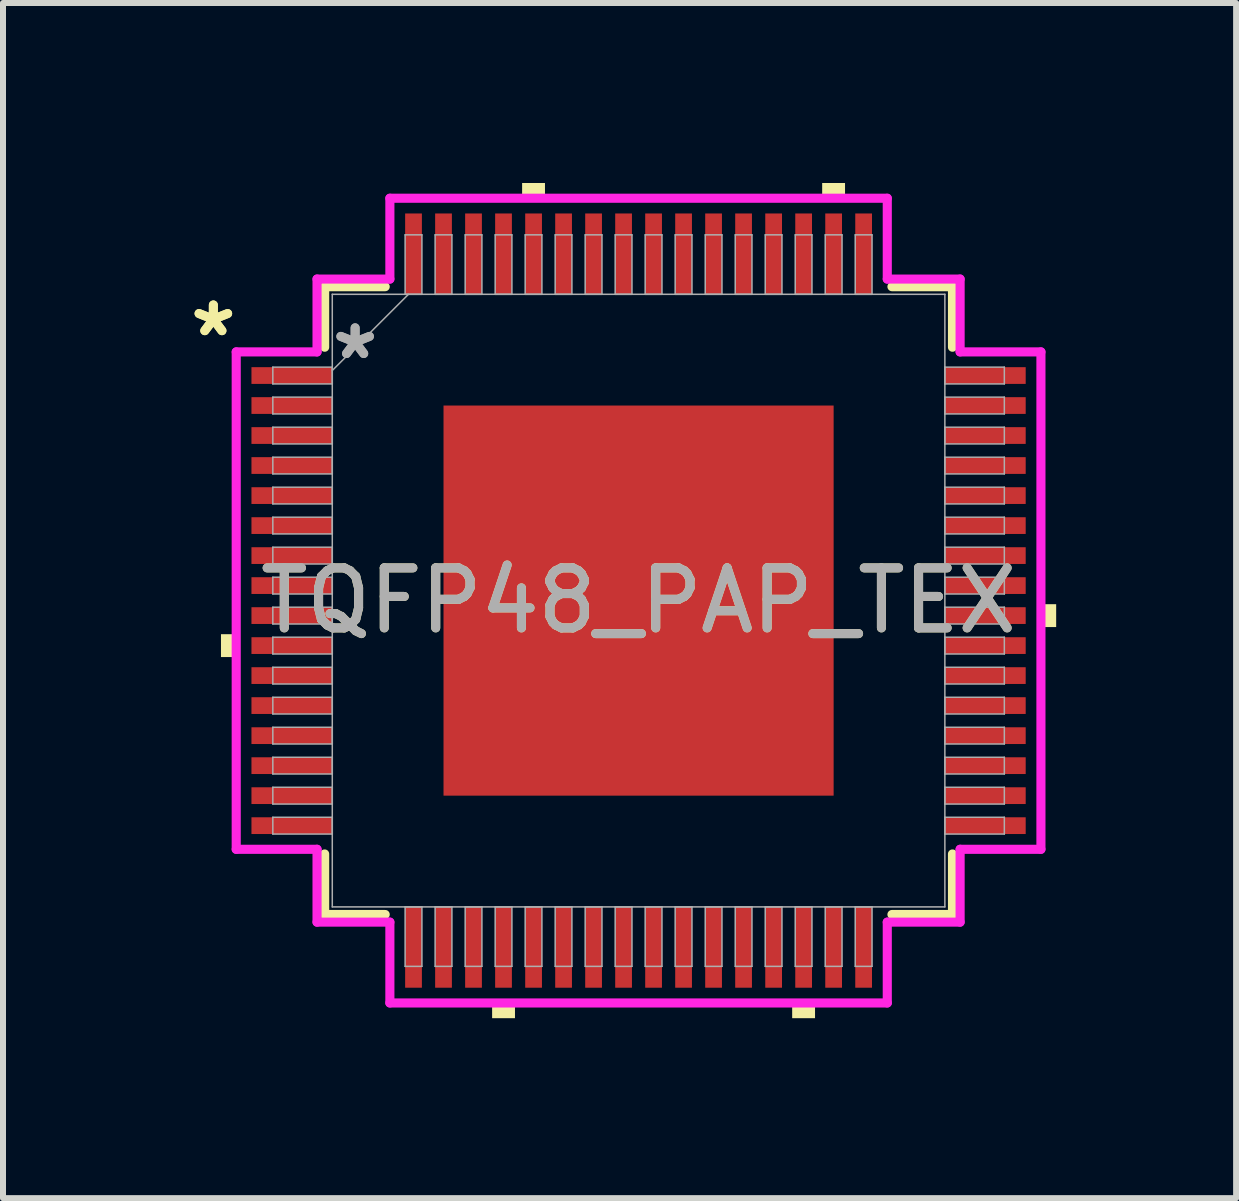
<source format=kicad_pcb>
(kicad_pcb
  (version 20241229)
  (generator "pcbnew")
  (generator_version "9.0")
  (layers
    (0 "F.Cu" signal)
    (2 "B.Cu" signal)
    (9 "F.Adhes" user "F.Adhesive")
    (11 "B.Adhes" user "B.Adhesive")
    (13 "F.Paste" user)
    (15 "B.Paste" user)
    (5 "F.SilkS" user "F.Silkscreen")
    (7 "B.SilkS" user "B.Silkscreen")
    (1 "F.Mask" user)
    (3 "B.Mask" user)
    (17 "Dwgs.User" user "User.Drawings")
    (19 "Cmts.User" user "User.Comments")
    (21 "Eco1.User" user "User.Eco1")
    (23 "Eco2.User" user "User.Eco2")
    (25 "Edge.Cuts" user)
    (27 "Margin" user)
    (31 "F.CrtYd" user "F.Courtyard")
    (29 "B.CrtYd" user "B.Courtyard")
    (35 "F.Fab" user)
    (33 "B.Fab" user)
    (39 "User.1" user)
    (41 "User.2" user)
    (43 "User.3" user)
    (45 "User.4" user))
  (footprint "TQFP48_PAP_TEX"
    (layer "F.Cu")
    (at 7.593 6.96)
    (property "Reference" "TQFP48_PAP_TEX" (at 0 0 0) (unlocked yes) (layer "F.SilkS") (effects (font (size 1 1) (thickness 0.15))))
    (attr smd)
    (fp_line (start -5.232 -5.232) (end -5.232 -4.223) (stroke (width 0.152) (type solid)) (layer "F.SilkS"))
    (fp_line (start -5.232 4.223) (end -5.232 5.232) (stroke (width 0.152) (type solid)) (layer "F.SilkS"))
    (fp_line (start -5.232 5.232) (end -4.223 5.232) (stroke (width 0.152) (type solid)) (layer "F.SilkS"))
    (fp_line (start -4.223 -5.232) (end -5.232 -5.232) (stroke (width 0.152) (type solid)) (layer "F.SilkS"))
    (fp_line (start 4.223 5.232) (end 5.232 5.232) (stroke (width 0.152) (type solid)) (layer "F.SilkS"))
    (fp_line (start 5.232 -5.232) (end 4.223 -5.232) (stroke (width 0.152) (type solid)) (layer "F.SilkS"))
    (fp_line (start 5.232 -4.223) (end 5.232 -5.232) (stroke (width 0.152) (type solid)) (layer "F.SilkS"))
    (fp_line (start 5.232 5.232) (end 5.232 4.223) (stroke (width 0.152) (type solid)) (layer "F.SilkS"))
    (fp_poly (pts (xy -6.96 0.56) (xy -6.96 0.941) (xy -6.706 0.941) (xy -6.706 0.56)) (stroke (width 0) (type solid)) (fill yes) (layer "F.SilkS"))
    (fp_poly (pts (xy -2.441 6.706) (xy -2.441 6.96) (xy -2.06 6.96) (xy -2.06 6.706)) (stroke (width 0) (type solid)) (fill yes) (layer "F.SilkS"))
    (fp_poly (pts (xy -1.941 -6.706) (xy -1.941 -6.96) (xy -1.56 -6.96) (xy -1.56 -6.706)) (stroke (width 0) (type solid)) (fill yes) (layer "F.SilkS"))
    (fp_poly (pts (xy 2.56 6.706) (xy 2.56 6.96) (xy 2.941 6.96) (xy 2.941 6.706)) (stroke (width 0) (type solid)) (fill yes) (layer "F.SilkS"))
    (fp_poly (pts (xy 3.06 -6.706) (xy 3.06 -6.96) (xy 3.441 -6.96) (xy 3.441 -6.706)) (stroke (width 0) (type solid)) (fill yes) (layer "F.SilkS"))
    (fp_poly (pts (xy 6.96 0.06) (xy 6.96 0.441) (xy 6.706 0.441) (xy 6.706 0.06)) (stroke (width 0) (type solid)) (fill yes) (layer "F.SilkS"))
    (fp_poly (pts (xy -3.151 -3.151) (xy -3.151 -2.051) (xy -2.051 -2.051) (xy -2.051 -3.151)) (stroke (width 0) (type solid)) (fill yes) (layer "F.Paste"))
    (fp_poly (pts (xy -3.151 -1.851) (xy -3.151 -0.75) (xy -2.051 -0.75) (xy -2.051 -1.851)) (stroke (width 0) (type solid)) (fill yes) (layer "F.Paste"))
    (fp_poly (pts (xy -3.151 -0.55) (xy -3.151 0.55) (xy -2.051 0.55) (xy -2.051 -0.55)) (stroke (width 0) (type solid)) (fill yes) (layer "F.Paste"))
    (fp_poly (pts (xy -3.151 0.75) (xy -3.151 1.851) (xy -2.051 1.851) (xy -2.051 0.75)) (stroke (width 0) (type solid)) (fill yes) (layer "F.Paste"))
    (fp_poly (pts (xy -3.151 2.051) (xy -3.151 3.151) (xy -2.051 3.151) (xy -2.051 2.051)) (stroke (width 0) (type solid)) (fill yes) (layer "F.Paste"))
    (fp_poly (pts (xy -1.851 -3.151) (xy -1.851 -2.051) (xy -0.75 -2.051) (xy -0.75 -3.151)) (stroke (width 0) (type solid)) (fill yes) (layer "F.Paste"))
    (fp_poly (pts (xy -1.851 -1.851) (xy -1.851 -0.75) (xy -0.75 -0.75) (xy -0.75 -1.851)) (stroke (width 0) (type solid)) (fill yes) (layer "F.Paste"))
    (fp_poly (pts (xy -1.851 -0.55) (xy -1.851 0.55) (xy -0.75 0.55) (xy -0.75 -0.55)) (stroke (width 0) (type solid)) (fill yes) (layer "F.Paste"))
    (fp_poly (pts (xy -1.851 0.75) (xy -1.851 1.851) (xy -0.75 1.851) (xy -0.75 0.75)) (stroke (width 0) (type solid)) (fill yes) (layer "F.Paste"))
    (fp_poly (pts (xy -1.851 2.051) (xy -1.851 3.151) (xy -0.75 3.151) (xy -0.75 2.051)) (stroke (width 0) (type solid)) (fill yes) (layer "F.Paste"))
    (fp_poly (pts (xy -0.55 -3.151) (xy -0.55 -2.051) (xy 0.55 -2.051) (xy 0.55 -3.151)) (stroke (width 0) (type solid)) (fill yes) (layer "F.Paste"))
    (fp_poly (pts (xy -0.55 -1.851) (xy -0.55 -0.75) (xy 0.55 -0.75) (xy 0.55 -1.851)) (stroke (width 0) (type solid)) (fill yes) (layer "F.Paste"))
    (fp_poly (pts (xy -0.55 -0.55) (xy -0.55 0.55) (xy 0.55 0.55) (xy 0.55 -0.55)) (stroke (width 0) (type solid)) (fill yes) (layer "F.Paste"))
    (fp_poly (pts (xy -0.55 0.75) (xy -0.55 1.851) (xy 0.55 1.851) (xy 0.55 0.75)) (stroke (width 0) (type solid)) (fill yes) (layer "F.Paste"))
    (fp_poly (pts (xy -0.55 2.051) (xy -0.55 3.151) (xy 0.55 3.151) (xy 0.55 2.051)) (stroke (width 0) (type solid)) (fill yes) (layer "F.Paste"))
    (fp_poly (pts (xy 0.75 -3.151) (xy 0.75 -2.051) (xy 1.851 -2.051) (xy 1.851 -3.151)) (stroke (width 0) (type solid)) (fill yes) (layer "F.Paste"))
    (fp_poly (pts (xy 0.75 -1.851) (xy 0.75 -0.75) (xy 1.851 -0.75) (xy 1.851 -1.851)) (stroke (width 0) (type solid)) (fill yes) (layer "F.Paste"))
    (fp_poly (pts (xy 0.75 -0.55) (xy 0.75 0.55) (xy 1.851 0.55) (xy 1.851 -0.55)) (stroke (width 0) (type solid)) (fill yes) (layer "F.Paste"))
    (fp_poly (pts (xy 0.75 0.75) (xy 0.75 1.851) (xy 1.851 1.851) (xy 1.851 0.75)) (stroke (width 0) (type solid)) (fill yes) (layer "F.Paste"))
    (fp_poly (pts (xy 0.75 2.051) (xy 0.75 3.151) (xy 1.851 3.151) (xy 1.851 2.051)) (stroke (width 0) (type solid)) (fill yes) (layer "F.Paste"))
    (fp_poly (pts (xy 2.051 -3.151) (xy 2.051 -2.051) (xy 3.151 -2.051) (xy 3.151 -3.151)) (stroke (width 0) (type solid)) (fill yes) (layer "F.Paste"))
    (fp_poly (pts (xy 2.051 -1.851) (xy 2.051 -0.75) (xy 3.151 -0.75) (xy 3.151 -1.851)) (stroke (width 0) (type solid)) (fill yes) (layer "F.Paste"))
    (fp_poly (pts (xy 2.051 -0.55) (xy 2.051 0.55) (xy 3.151 0.55) (xy 3.151 -0.55)) (stroke (width 0) (type solid)) (fill yes) (layer "F.Paste"))
    (fp_poly (pts (xy 2.051 0.75) (xy 2.051 1.851) (xy 3.151 1.851) (xy 3.151 0.75)) (stroke (width 0) (type solid)) (fill yes) (layer "F.Paste"))
    (fp_poly (pts (xy 2.051 2.051) (xy 2.051 3.151) (xy 3.151 3.151) (xy 3.151 2.051)) (stroke (width 0) (type solid)) (fill yes) (layer "F.Paste"))
    (fp_line (start -6.706 -4.145) (end -5.359 -4.145) (stroke (width 0.152) (type solid)) (layer "F.CrtYd"))
    (fp_line (start -6.706 4.145) (end -6.706 -4.145) (stroke (width 0.152) (type solid)) (layer "F.CrtYd"))
    (fp_line (start -5.359 -5.359) (end -4.145 -5.359) (stroke (width 0.152) (type solid)) (layer "F.CrtYd"))
    (fp_line (start -5.359 -4.145) (end -5.359 -5.359) (stroke (width 0.152) (type solid)) (layer "F.CrtYd"))
    (fp_line (start -5.359 4.145) (end -6.706 4.145) (stroke (width 0.152) (type solid)) (layer "F.CrtYd"))
    (fp_line (start -5.359 5.359) (end -5.359 4.145) (stroke (width 0.152) (type solid)) (layer "F.CrtYd"))
    (fp_line (start -5.359 5.359) (end -4.145 5.359) (stroke (width 0.152) (type solid)) (layer "F.CrtYd"))
    (fp_line (start -4.145 -6.706) (end 4.145 -6.706) (stroke (width 0.152) (type solid)) (layer "F.CrtYd"))
    (fp_line (start -4.145 -5.359) (end -4.145 -6.706) (stroke (width 0.152) (type solid)) (layer "F.CrtYd"))
    (fp_line (start -4.145 5.359) (end -4.145 6.706) (stroke (width 0.152) (type solid)) (layer "F.CrtYd"))
    (fp_line (start -4.145 6.706) (end 4.145 6.706) (stroke (width 0.152) (type solid)) (layer "F.CrtYd"))
    (fp_line (start 4.145 -6.706) (end 4.145 -5.359) (stroke (width 0.152) (type solid)) (layer "F.CrtYd"))
    (fp_line (start 4.145 -5.359) (end 5.359 -5.359) (stroke (width 0.152) (type solid)) (layer "F.CrtYd"))
    (fp_line (start 4.145 5.359) (end 5.359 5.359) (stroke (width 0.152) (type solid)) (layer "F.CrtYd"))
    (fp_line (start 4.145 6.706) (end 4.145 5.359) (stroke (width 0.152) (type solid)) (layer "F.CrtYd"))
    (fp_line (start 5.359 -4.145) (end 5.359 -5.359) (stroke (width 0.152) (type solid)) (layer "F.CrtYd"))
    (fp_line (start 5.359 4.145) (end 6.706 4.145) (stroke (width 0.152) (type solid)) (layer "F.CrtYd"))
    (fp_line (start 5.359 5.359) (end 5.359 4.145) (stroke (width 0.152) (type solid)) (layer "F.CrtYd"))
    (fp_line (start 6.706 -4.145) (end 5.359 -4.145) (stroke (width 0.152) (type solid)) (layer "F.CrtYd"))
    (fp_line (start 6.706 4.145) (end 6.706 -4.145) (stroke (width 0.152) (type solid)) (layer "F.CrtYd"))
    (fp_line (start -6.096 -3.891) (end -6.096 -3.611) (stroke (width 0.025) (type solid)) (layer "F.Fab"))
    (fp_line (start -6.096 -3.611) (end -5.105 -3.611) (stroke (width 0.025) (type solid)) (layer "F.Fab"))
    (fp_line (start -6.096 -3.391) (end -6.096 -3.111) (stroke (width 0.025) (type solid)) (layer "F.Fab"))
    (fp_line (start -6.096 -3.111) (end -5.105 -3.111) (stroke (width 0.025) (type solid)) (layer "F.Fab"))
    (fp_line (start -6.096 -2.89) (end -6.096 -2.611) (stroke (width 0.025) (type solid)) (layer "F.Fab"))
    (fp_line (start -6.096 -2.611) (end -5.105 -2.611) (stroke (width 0.025) (type solid)) (layer "F.Fab"))
    (fp_line (start -6.096 -2.39) (end -6.096 -2.111) (stroke (width 0.025) (type solid)) (layer "F.Fab"))
    (fp_line (start -6.096 -2.111) (end -5.105 -2.111) (stroke (width 0.025) (type solid)) (layer "F.Fab"))
    (fp_line (start -6.096 -1.89) (end -6.096 -1.611) (stroke (width 0.025) (type solid)) (layer "F.Fab"))
    (fp_line (start -6.096 -1.611) (end -5.105 -1.611) (stroke (width 0.025) (type solid)) (layer "F.Fab"))
    (fp_line (start -6.096 -1.39) (end -6.096 -1.111) (stroke (width 0.025) (type solid)) (layer "F.Fab"))
    (fp_line (start -6.096 -1.111) (end -5.105 -1.111) (stroke (width 0.025) (type solid)) (layer "F.Fab"))
    (fp_line (start -6.096 -0.89) (end -6.096 -0.61) (stroke (width 0.025) (type solid)) (layer "F.Fab"))
    (fp_line (start -6.096 -0.61) (end -5.105 -0.61) (stroke (width 0.025) (type solid)) (layer "F.Fab"))
    (fp_line (start -6.096 -0.39) (end -6.096 -0.11) (stroke (width 0.025) (type solid)) (layer "F.Fab"))
    (fp_line (start -6.096 -0.11) (end -5.105 -0.11) (stroke (width 0.025) (type solid)) (layer "F.Fab"))
    (fp_line (start -6.096 0.11) (end -6.096 0.39) (stroke (width 0.025) (type solid)) (layer "F.Fab"))
    (fp_line (start -6.096 0.39) (end -5.105 0.39) (stroke (width 0.025) (type solid)) (layer "F.Fab"))
    (fp_line (start -6.096 0.61) (end -6.096 0.89) (stroke (width 0.025) (type solid)) (layer "F.Fab"))
    (fp_line (start -6.096 0.89) (end -5.105 0.89) (stroke (width 0.025) (type solid)) (layer "F.Fab"))
    (fp_line (start -6.096 1.111) (end -6.096 1.39) (stroke (width 0.025) (type solid)) (layer "F.Fab"))
    (fp_line (start -6.096 1.39) (end -5.105 1.39) (stroke (width 0.025) (type solid)) (layer "F.Fab"))
    (fp_line (start -6.096 1.611) (end -6.096 1.89) (stroke (width 0.025) (type solid)) (layer "F.Fab"))
    (fp_line (start -6.096 1.89) (end -5.105 1.89) (stroke (width 0.025) (type solid)) (layer "F.Fab"))
    (fp_line (start -6.096 2.111) (end -6.096 2.39) (stroke (width 0.025) (type solid)) (layer "F.Fab"))
    (fp_line (start -6.096 2.39) (end -5.105 2.39) (stroke (width 0.025) (type solid)) (layer "F.Fab"))
    (fp_line (start -6.096 2.611) (end -6.096 2.89) (stroke (width 0.025) (type solid)) (layer "F.Fab"))
    (fp_line (start -6.096 2.89) (end -5.105 2.89) (stroke (width 0.025) (type solid)) (layer "F.Fab"))
    (fp_line (start -6.096 3.111) (end -6.096 3.391) (stroke (width 0.025) (type solid)) (layer "F.Fab"))
    (fp_line (start -6.096 3.391) (end -5.105 3.391) (stroke (width 0.025) (type solid)) (layer "F.Fab"))
    (fp_line (start -6.096 3.611) (end -6.096 3.891) (stroke (width 0.025) (type solid)) (layer "F.Fab"))
    (fp_line (start -6.096 3.891) (end -5.105 3.891) (stroke (width 0.025) (type solid)) (layer "F.Fab"))
    (fp_line (start -5.105 -5.105) (end -5.105 5.105) (stroke (width 0.025) (type solid)) (layer "F.Fab"))
    (fp_line (start -5.105 -3.891) (end -6.096 -3.891) (stroke (width 0.025) (type solid)) (layer "F.Fab"))
    (fp_line (start -5.105 -3.835) (end -3.835 -5.105) (stroke (width 0.025) (type solid)) (layer "F.Fab"))
    (fp_line (start -5.105 -3.611) (end -5.105 -3.891) (stroke (width 0.025) (type solid)) (layer "F.Fab"))
    (fp_line (start -5.105 -3.391) (end -6.096 -3.391) (stroke (width 0.025) (type solid)) (layer "F.Fab"))
    (fp_line (start -5.105 -3.111) (end -5.105 -3.391) (stroke (width 0.025) (type solid)) (layer "F.Fab"))
    (fp_line (start -5.105 -2.89) (end -6.096 -2.89) (stroke (width 0.025) (type solid)) (layer "F.Fab"))
    (fp_line (start -5.105 -2.611) (end -5.105 -2.89) (stroke (width 0.025) (type solid)) (layer "F.Fab"))
    (fp_line (start -5.105 -2.39) (end -6.096 -2.39) (stroke (width 0.025) (type solid)) (layer "F.Fab"))
    (fp_line (start -5.105 -2.111) (end -5.105 -2.39) (stroke (width 0.025) (type solid)) (layer "F.Fab"))
    (fp_line (start -5.105 -1.89) (end -6.096 -1.89) (stroke (width 0.025) (type solid)) (layer "F.Fab"))
    (fp_line (start -5.105 -1.611) (end -5.105 -1.89) (stroke (width 0.025) (type solid)) (layer "F.Fab"))
    (fp_line (start -5.105 -1.39) (end -6.096 -1.39) (stroke (width 0.025) (type solid)) (layer "F.Fab"))
    (fp_line (start -5.105 -1.111) (end -5.105 -1.39) (stroke (width 0.025) (type solid)) (layer "F.Fab"))
    (fp_line (start -5.105 -0.89) (end -6.096 -0.89) (stroke (width 0.025) (type solid)) (layer "F.Fab"))
    (fp_line (start -5.105 -0.61) (end -5.105 -0.89) (stroke (width 0.025) (type solid)) (layer "F.Fab"))
    (fp_line (start -5.105 -0.39) (end -6.096 -0.39) (stroke (width 0.025) (type solid)) (layer "F.Fab"))
    (fp_line (start -5.105 -0.11) (end -5.105 -0.39) (stroke (width 0.025) (type solid)) (layer "F.Fab"))
    (fp_line (start -5.105 0.11) (end -6.096 0.11) (stroke (width 0.025) (type solid)) (layer "F.Fab"))
    (fp_line (start -5.105 0.39) (end -5.105 0.11) (stroke (width 0.025) (type solid)) (layer "F.Fab"))
    (fp_line (start -5.105 0.61) (end -6.096 0.61) (stroke (width 0.025) (type solid)) (layer "F.Fab"))
    (fp_line (start -5.105 0.89) (end -5.105 0.61) (stroke (width 0.025) (type solid)) (layer "F.Fab"))
    (fp_line (start -5.105 1.111) (end -6.096 1.111) (stroke (width 0.025) (type solid)) (layer "F.Fab"))
    (fp_line (start -5.105 1.39) (end -5.105 1.111) (stroke (width 0.025) (type solid)) (layer "F.Fab"))
    (fp_line (start -5.105 1.611) (end -6.096 1.611) (stroke (width 0.025) (type solid)) (layer "F.Fab"))
    (fp_line (start -5.105 1.89) (end -5.105 1.611) (stroke (width 0.025) (type solid)) (layer "F.Fab"))
    (fp_line (start -5.105 2.111) (end -6.096 2.111) (stroke (width 0.025) (type solid)) (layer "F.Fab"))
    (fp_line (start -5.105 2.39) (end -5.105 2.111) (stroke (width 0.025) (type solid)) (layer "F.Fab"))
    (fp_line (start -5.105 2.611) (end -6.096 2.611) (stroke (width 0.025) (type solid)) (layer "F.Fab"))
    (fp_line (start -5.105 2.89) (end -5.105 2.611) (stroke (width 0.025) (type solid)) (layer "F.Fab"))
    (fp_line (start -5.105 3.111) (end -6.096 3.111) (stroke (width 0.025) (type solid)) (layer "F.Fab"))
    (fp_line (start -5.105 3.391) (end -5.105 3.111) (stroke (width 0.025) (type solid)) (layer "F.Fab"))
    (fp_line (start -5.105 3.611) (end -6.096 3.611) (stroke (width 0.025) (type solid)) (layer "F.Fab"))
    (fp_line (start -5.105 3.891) (end -5.105 3.611) (stroke (width 0.025) (type solid)) (layer "F.Fab"))
    (fp_line (start -5.105 5.105) (end 5.105 5.105) (stroke (width 0.025) (type solid)) (layer "F.Fab"))
    (fp_line (start -3.891 -6.096) (end -3.891 -5.105) (stroke (width 0.025) (type solid)) (layer "F.Fab"))
    (fp_line (start -3.891 -5.105) (end -3.611 -5.105) (stroke (width 0.025) (type solid)) (layer "F.Fab"))
    (fp_line (start -3.891 5.105) (end -3.891 6.096) (stroke (width 0.025) (type solid)) (layer "F.Fab"))
    (fp_line (start -3.891 6.096) (end -3.611 6.096) (stroke (width 0.025) (type solid)) (layer "F.Fab"))
    (fp_line (start -3.611 -6.096) (end -3.891 -6.096) (stroke (width 0.025) (type solid)) (layer "F.Fab"))
    (fp_line (start -3.611 -5.105) (end -3.611 -6.096) (stroke (width 0.025) (type solid)) (layer "F.Fab"))
    (fp_line (start -3.611 5.105) (end -3.891 5.105) (stroke (width 0.025) (type solid)) (layer "F.Fab"))
    (fp_line (start -3.611 6.096) (end -3.611 5.105) (stroke (width 0.025) (type solid)) (layer "F.Fab"))
    (fp_line (start -3.391 -6.096) (end -3.391 -5.105) (stroke (width 0.025) (type solid)) (layer "F.Fab"))
    (fp_line (start -3.391 -5.105) (end -3.111 -5.105) (stroke (width 0.025) (type solid)) (layer "F.Fab"))
    (fp_line (start -3.391 5.105) (end -3.391 6.096) (stroke (width 0.025) (type solid)) (layer "F.Fab"))
    (fp_line (start -3.391 6.096) (end -3.111 6.096) (stroke (width 0.025) (type solid)) (layer "F.Fab"))
    (fp_line (start -3.111 -6.096) (end -3.391 -6.096) (stroke (width 0.025) (type solid)) (layer "F.Fab"))
    (fp_line (start -3.111 -5.105) (end -3.111 -6.096) (stroke (width 0.025) (type solid)) (layer "F.Fab"))
    (fp_line (start -3.111 5.105) (end -3.391 5.105) (stroke (width 0.025) (type solid)) (layer "F.Fab"))
    (fp_line (start -3.111 6.096) (end -3.111 5.105) (stroke (width 0.025) (type solid)) (layer "F.Fab"))
    (fp_line (start -2.89 -6.096) (end -2.89 -5.105) (stroke (width 0.025) (type solid)) (layer "F.Fab"))
    (fp_line (start -2.89 -5.105) (end -2.611 -5.105) (stroke (width 0.025) (type solid)) (layer "F.Fab"))
    (fp_line (start -2.89 5.105) (end -2.89 6.096) (stroke (width 0.025) (type solid)) (layer "F.Fab"))
    (fp_line (start -2.89 6.096) (end -2.611 6.096) (stroke (width 0.025) (type solid)) (layer "F.Fab"))
    (fp_line (start -2.611 -6.096) (end -2.89 -6.096) (stroke (width 0.025) (type solid)) (layer "F.Fab"))
    (fp_line (start -2.611 -5.105) (end -2.611 -6.096) (stroke (width 0.025) (type solid)) (layer "F.Fab"))
    (fp_line (start -2.611 5.105) (end -2.89 5.105) (stroke (width 0.025) (type solid)) (layer "F.Fab"))
    (fp_line (start -2.611 6.096) (end -2.611 5.105) (stroke (width 0.025) (type solid)) (layer "F.Fab"))
    (fp_line (start -2.39 -6.096) (end -2.39 -5.105) (stroke (width 0.025) (type solid)) (layer "F.Fab"))
    (fp_line (start -2.39 -5.105) (end -2.111 -5.105) (stroke (width 0.025) (type solid)) (layer "F.Fab"))
    (fp_line (start -2.39 5.105) (end -2.39 6.096) (stroke (width 0.025) (type solid)) (layer "F.Fab"))
    (fp_line (start -2.39 6.096) (end -2.111 6.096) (stroke (width 0.025) (type solid)) (layer "F.Fab"))
    (fp_line (start -2.111 -6.096) (end -2.39 -6.096) (stroke (width 0.025) (type solid)) (layer "F.Fab"))
    (fp_line (start -2.111 -5.105) (end -2.111 -6.096) (stroke (width 0.025) (type solid)) (layer "F.Fab"))
    (fp_line (start -2.111 5.105) (end -2.39 5.105) (stroke (width 0.025) (type solid)) (layer "F.Fab"))
    (fp_line (start -2.111 6.096) (end -2.111 5.105) (stroke (width 0.025) (type solid)) (layer "F.Fab"))
    (fp_line (start -1.89 -6.096) (end -1.89 -5.105) (stroke (width 0.025) (type solid)) (layer "F.Fab"))
    (fp_line (start -1.89 -5.105) (end -1.611 -5.105) (stroke (width 0.025) (type solid)) (layer "F.Fab"))
    (fp_line (start -1.89 5.105) (end -1.89 6.096) (stroke (width 0.025) (type solid)) (layer "F.Fab"))
    (fp_line (start -1.89 6.096) (end -1.611 6.096) (stroke (width 0.025) (type solid)) (layer "F.Fab"))
    (fp_line (start -1.611 -6.096) (end -1.89 -6.096) (stroke (width 0.025) (type solid)) (layer "F.Fab"))
    (fp_line (start -1.611 -5.105) (end -1.611 -6.096) (stroke (width 0.025) (type solid)) (layer "F.Fab"))
    (fp_line (start -1.611 5.105) (end -1.89 5.105) (stroke (width 0.025) (type solid)) (layer "F.Fab"))
    (fp_line (start -1.611 6.096) (end -1.611 5.105) (stroke (width 0.025) (type solid)) (layer "F.Fab"))
    (fp_line (start -1.39 -6.096) (end -1.39 -5.105) (stroke (width 0.025) (type solid)) (layer "F.Fab"))
    (fp_line (start -1.39 -5.105) (end -1.111 -5.105) (stroke (width 0.025) (type solid)) (layer "F.Fab"))
    (fp_line (start -1.39 5.105) (end -1.39 6.096) (stroke (width 0.025) (type solid)) (layer "F.Fab"))
    (fp_line (start -1.39 6.096) (end -1.111 6.096) (stroke (width 0.025) (type solid)) (layer "F.Fab"))
    (fp_line (start -1.111 -6.096) (end -1.39 -6.096) (stroke (width 0.025) (type solid)) (layer "F.Fab"))
    (fp_line (start -1.111 -5.105) (end -1.111 -6.096) (stroke (width 0.025) (type solid)) (layer "F.Fab"))
    (fp_line (start -1.111 5.105) (end -1.39 5.105) (stroke (width 0.025) (type solid)) (layer "F.Fab"))
    (fp_line (start -1.111 6.096) (end -1.111 5.105) (stroke (width 0.025) (type solid)) (layer "F.Fab"))
    (fp_line (start -0.89 -6.096) (end -0.89 -5.105) (stroke (width 0.025) (type solid)) (layer "F.Fab"))
    (fp_line (start -0.89 -5.105) (end -0.61 -5.105) (stroke (width 0.025) (type solid)) (layer "F.Fab"))
    (fp_line (start -0.89 5.105) (end -0.89 6.096) (stroke (width 0.025) (type solid)) (layer "F.Fab"))
    (fp_line (start -0.89 6.096) (end -0.61 6.096) (stroke (width 0.025) (type solid)) (layer "F.Fab"))
    (fp_line (start -0.61 -6.096) (end -0.89 -6.096) (stroke (width 0.025) (type solid)) (layer "F.Fab"))
    (fp_line (start -0.61 -5.105) (end -0.61 -6.096) (stroke (width 0.025) (type solid)) (layer "F.Fab"))
    (fp_line (start -0.61 5.105) (end -0.89 5.105) (stroke (width 0.025) (type solid)) (layer "F.Fab"))
    (fp_line (start -0.61 6.096) (end -0.61 5.105) (stroke (width 0.025) (type solid)) (layer "F.Fab"))
    (fp_line (start -0.39 -6.096) (end -0.39 -5.105) (stroke (width 0.025) (type solid)) (layer "F.Fab"))
    (fp_line (start -0.39 -5.105) (end -0.11 -5.105) (stroke (width 0.025) (type solid)) (layer "F.Fab"))
    (fp_line (start -0.39 5.105) (end -0.39 6.096) (stroke (width 0.025) (type solid)) (layer "F.Fab"))
    (fp_line (start -0.39 6.096) (end -0.11 6.096) (stroke (width 0.025) (type solid)) (layer "F.Fab"))
    (fp_line (start -0.11 -6.096) (end -0.39 -6.096) (stroke (width 0.025) (type solid)) (layer "F.Fab"))
    (fp_line (start -0.11 -5.105) (end -0.11 -6.096) (stroke (width 0.025) (type solid)) (layer "F.Fab"))
    (fp_line (start -0.11 5.105) (end -0.39 5.105) (stroke (width 0.025) (type solid)) (layer "F.Fab"))
    (fp_line (start -0.11 6.096) (end -0.11 5.105) (stroke (width 0.025) (type solid)) (layer "F.Fab"))
    (fp_line (start 0.11 -6.096) (end 0.11 -5.105) (stroke (width 0.025) (type solid)) (layer "F.Fab"))
    (fp_line (start 0.11 -5.105) (end 0.39 -5.105) (stroke (width 0.025) (type solid)) (layer "F.Fab"))
    (fp_line (start 0.11 5.105) (end 0.11 6.096) (stroke (width 0.025) (type solid)) (layer "F.Fab"))
    (fp_line (start 0.11 6.096) (end 0.39 6.096) (stroke (width 0.025) (type solid)) (layer "F.Fab"))
    (fp_line (start 0.39 -6.096) (end 0.11 -6.096) (stroke (width 0.025) (type solid)) (layer "F.Fab"))
    (fp_line (start 0.39 -5.105) (end 0.39 -6.096) (stroke (width 0.025) (type solid)) (layer "F.Fab"))
    (fp_line (start 0.39 5.105) (end 0.11 5.105) (stroke (width 0.025) (type solid)) (layer "F.Fab"))
    (fp_line (start 0.39 6.096) (end 0.39 5.105) (stroke (width 0.025) (type solid)) (layer "F.Fab"))
    (fp_line (start 0.61 -6.096) (end 0.61 -5.105) (stroke (width 0.025) (type solid)) (layer "F.Fab"))
    (fp_line (start 0.61 -5.105) (end 0.89 -5.105) (stroke (width 0.025) (type solid)) (layer "F.Fab"))
    (fp_line (start 0.61 5.105) (end 0.61 6.096) (stroke (width 0.025) (type solid)) (layer "F.Fab"))
    (fp_line (start 0.61 6.096) (end 0.89 6.096) (stroke (width 0.025) (type solid)) (layer "F.Fab"))
    (fp_line (start 0.89 -6.096) (end 0.61 -6.096) (stroke (width 0.025) (type solid)) (layer "F.Fab"))
    (fp_line (start 0.89 -5.105) (end 0.89 -6.096) (stroke (width 0.025) (type solid)) (layer "F.Fab"))
    (fp_line (start 0.89 5.105) (end 0.61 5.105) (stroke (width 0.025) (type solid)) (layer "F.Fab"))
    (fp_line (start 0.89 6.096) (end 0.89 5.105) (stroke (width 0.025) (type solid)) (layer "F.Fab"))
    (fp_line (start 1.111 -6.096) (end 1.111 -5.105) (stroke (width 0.025) (type solid)) (layer "F.Fab"))
    (fp_line (start 1.111 -5.105) (end 1.39 -5.105) (stroke (width 0.025) (type solid)) (layer "F.Fab"))
    (fp_line (start 1.111 5.105) (end 1.111 6.096) (stroke (width 0.025) (type solid)) (layer "F.Fab"))
    (fp_line (start 1.111 6.096) (end 1.39 6.096) (stroke (width 0.025) (type solid)) (layer "F.Fab"))
    (fp_line (start 1.39 -6.096) (end 1.111 -6.096) (stroke (width 0.025) (type solid)) (layer "F.Fab"))
    (fp_line (start 1.39 -5.105) (end 1.39 -6.096) (stroke (width 0.025) (type solid)) (layer "F.Fab"))
    (fp_line (start 1.39 5.105) (end 1.111 5.105) (stroke (width 0.025) (type solid)) (layer "F.Fab"))
    (fp_line (start 1.39 6.096) (end 1.39 5.105) (stroke (width 0.025) (type solid)) (layer "F.Fab"))
    (fp_line (start 1.611 -6.096) (end 1.611 -5.105) (stroke (width 0.025) (type solid)) (layer "F.Fab"))
    (fp_line (start 1.611 -5.105) (end 1.89 -5.105) (stroke (width 0.025) (type solid)) (layer "F.Fab"))
    (fp_line (start 1.611 5.105) (end 1.611 6.096) (stroke (width 0.025) (type solid)) (layer "F.Fab"))
    (fp_line (start 1.611 6.096) (end 1.89 6.096) (stroke (width 0.025) (type solid)) (layer "F.Fab"))
    (fp_line (start 1.89 -6.096) (end 1.611 -6.096) (stroke (width 0.025) (type solid)) (layer "F.Fab"))
    (fp_line (start 1.89 -5.105) (end 1.89 -6.096) (stroke (width 0.025) (type solid)) (layer "F.Fab"))
    (fp_line (start 1.89 5.105) (end 1.611 5.105) (stroke (width 0.025) (type solid)) (layer "F.Fab"))
    (fp_line (start 1.89 6.096) (end 1.89 5.105) (stroke (width 0.025) (type solid)) (layer "F.Fab"))
    (fp_line (start 2.111 -6.096) (end 2.111 -5.105) (stroke (width 0.025) (type solid)) (layer "F.Fab"))
    (fp_line (start 2.111 -5.105) (end 2.39 -5.105) (stroke (width 0.025) (type solid)) (layer "F.Fab"))
    (fp_line (start 2.111 5.105) (end 2.111 6.096) (stroke (width 0.025) (type solid)) (layer "F.Fab"))
    (fp_line (start 2.111 6.096) (end 2.39 6.096) (stroke (width 0.025) (type solid)) (layer "F.Fab"))
    (fp_line (start 2.39 -6.096) (end 2.111 -6.096) (stroke (width 0.025) (type solid)) (layer "F.Fab"))
    (fp_line (start 2.39 -5.105) (end 2.39 -6.096) (stroke (width 0.025) (type solid)) (layer "F.Fab"))
    (fp_line (start 2.39 5.105) (end 2.111 5.105) (stroke (width 0.025) (type solid)) (layer "F.Fab"))
    (fp_line (start 2.39 6.096) (end 2.39 5.105) (stroke (width 0.025) (type solid)) (layer "F.Fab"))
    (fp_line (start 2.611 -6.096) (end 2.611 -5.105) (stroke (width 0.025) (type solid)) (layer "F.Fab"))
    (fp_line (start 2.611 -5.105) (end 2.89 -5.105) (stroke (width 0.025) (type solid)) (layer "F.Fab"))
    (fp_line (start 2.611 5.105) (end 2.611 6.096) (stroke (width 0.025) (type solid)) (layer "F.Fab"))
    (fp_line (start 2.611 6.096) (end 2.89 6.096) (stroke (width 0.025) (type solid)) (layer "F.Fab"))
    (fp_line (start 2.89 -6.096) (end 2.611 -6.096) (stroke (width 0.025) (type solid)) (layer "F.Fab"))
    (fp_line (start 2.89 -5.105) (end 2.89 -6.096) (stroke (width 0.025) (type solid)) (layer "F.Fab"))
    (fp_line (start 2.89 5.105) (end 2.611 5.105) (stroke (width 0.025) (type solid)) (layer "F.Fab"))
    (fp_line (start 2.89 6.096) (end 2.89 5.105) (stroke (width 0.025) (type solid)) (layer "F.Fab"))
    (fp_line (start 3.111 -6.096) (end 3.111 -5.105) (stroke (width 0.025) (type solid)) (layer "F.Fab"))
    (fp_line (start 3.111 -5.105) (end 3.391 -5.105) (stroke (width 0.025) (type solid)) (layer "F.Fab"))
    (fp_line (start 3.111 5.105) (end 3.111 6.096) (stroke (width 0.025) (type solid)) (layer "F.Fab"))
    (fp_line (start 3.111 6.096) (end 3.391 6.096) (stroke (width 0.025) (type solid)) (layer "F.Fab"))
    (fp_line (start 3.391 -6.096) (end 3.111 -6.096) (stroke (width 0.025) (type solid)) (layer "F.Fab"))
    (fp_line (start 3.391 -5.105) (end 3.391 -6.096) (stroke (width 0.025) (type solid)) (layer "F.Fab"))
    (fp_line (start 3.391 5.105) (end 3.111 5.105) (stroke (width 0.025) (type solid)) (layer "F.Fab"))
    (fp_line (start 3.391 6.096) (end 3.391 5.105) (stroke (width 0.025) (type solid)) (layer "F.Fab"))
    (fp_line (start 3.611 -6.096) (end 3.611 -5.105) (stroke (width 0.025) (type solid)) (layer "F.Fab"))
    (fp_line (start 3.611 -5.105) (end 3.891 -5.105) (stroke (width 0.025) (type solid)) (layer "F.Fab"))
    (fp_line (start 3.611 5.105) (end 3.611 6.096) (stroke (width 0.025) (type solid)) (layer "F.Fab"))
    (fp_line (start 3.611 6.096) (end 3.891 6.096) (stroke (width 0.025) (type solid)) (layer "F.Fab"))
    (fp_line (start 3.891 -6.096) (end 3.611 -6.096) (stroke (width 0.025) (type solid)) (layer "F.Fab"))
    (fp_line (start 3.891 -5.105) (end 3.891 -6.096) (stroke (width 0.025) (type solid)) (layer "F.Fab"))
    (fp_line (start 3.891 5.105) (end 3.611 5.105) (stroke (width 0.025) (type solid)) (layer "F.Fab"))
    (fp_line (start 3.891 6.096) (end 3.891 5.105) (stroke (width 0.025) (type solid)) (layer "F.Fab"))
    (fp_line (start 5.105 -5.105) (end -5.105 -5.105) (stroke (width 0.025) (type solid)) (layer "F.Fab"))
    (fp_line (start 5.105 -3.891) (end 5.105 -3.611) (stroke (width 0.025) (type solid)) (layer "F.Fab"))
    (fp_line (start 5.105 -3.611) (end 6.096 -3.611) (stroke (width 0.025) (type solid)) (layer "F.Fab"))
    (fp_line (start 5.105 -3.391) (end 5.105 -3.111) (stroke (width 0.025) (type solid)) (layer "F.Fab"))
    (fp_line (start 5.105 -3.111) (end 6.096 -3.111) (stroke (width 0.025) (type solid)) (layer "F.Fab"))
    (fp_line (start 5.105 -2.89) (end 5.105 -2.611) (stroke (width 0.025) (type solid)) (layer "F.Fab"))
    (fp_line (start 5.105 -2.611) (end 6.096 -2.611) (stroke (width 0.025) (type solid)) (layer "F.Fab"))
    (fp_line (start 5.105 -2.39) (end 5.105 -2.111) (stroke (width 0.025) (type solid)) (layer "F.Fab"))
    (fp_line (start 5.105 -2.111) (end 6.096 -2.111) (stroke (width 0.025) (type solid)) (layer "F.Fab"))
    (fp_line (start 5.105 -1.89) (end 5.105 -1.611) (stroke (width 0.025) (type solid)) (layer "F.Fab"))
    (fp_line (start 5.105 -1.611) (end 6.096 -1.611) (stroke (width 0.025) (type solid)) (layer "F.Fab"))
    (fp_line (start 5.105 -1.39) (end 5.105 -1.111) (stroke (width 0.025) (type solid)) (layer "F.Fab"))
    (fp_line (start 5.105 -1.111) (end 6.096 -1.111) (stroke (width 0.025) (type solid)) (layer "F.Fab"))
    (fp_line (start 5.105 -0.89) (end 5.105 -0.61) (stroke (width 0.025) (type solid)) (layer "F.Fab"))
    (fp_line (start 5.105 -0.61) (end 6.096 -0.61) (stroke (width 0.025) (type solid)) (layer "F.Fab"))
    (fp_line (start 5.105 -0.39) (end 5.105 -0.11) (stroke (width 0.025) (type solid)) (layer "F.Fab"))
    (fp_line (start 5.105 -0.11) (end 6.096 -0.11) (stroke (width 0.025) (type solid)) (layer "F.Fab"))
    (fp_line (start 5.105 0.11) (end 5.105 0.39) (stroke (width 0.025) (type solid)) (layer "F.Fab"))
    (fp_line (start 5.105 0.39) (end 6.096 0.39) (stroke (width 0.025) (type solid)) (layer "F.Fab"))
    (fp_line (start 5.105 0.61) (end 5.105 0.89) (stroke (width 0.025) (type solid)) (layer "F.Fab"))
    (fp_line (start 5.105 0.89) (end 6.096 0.89) (stroke (width 0.025) (type solid)) (layer "F.Fab"))
    (fp_line (start 5.105 1.111) (end 5.105 1.39) (stroke (width 0.025) (type solid)) (layer "F.Fab"))
    (fp_line (start 5.105 1.39) (end 6.096 1.39) (stroke (width 0.025) (type solid)) (layer "F.Fab"))
    (fp_line (start 5.105 1.611) (end 5.105 1.89) (stroke (width 0.025) (type solid)) (layer "F.Fab"))
    (fp_line (start 5.105 1.89) (end 6.096 1.89) (stroke (width 0.025) (type solid)) (layer "F.Fab"))
    (fp_line (start 5.105 2.111) (end 5.105 2.39) (stroke (width 0.025) (type solid)) (layer "F.Fab"))
    (fp_line (start 5.105 2.39) (end 6.096 2.39) (stroke (width 0.025) (type solid)) (layer "F.Fab"))
    (fp_line (start 5.105 2.611) (end 5.105 2.89) (stroke (width 0.025) (type solid)) (layer "F.Fab"))
    (fp_line (start 5.105 2.89) (end 6.096 2.89) (stroke (width 0.025) (type solid)) (layer "F.Fab"))
    (fp_line (start 5.105 3.111) (end 5.105 3.391) (stroke (width 0.025) (type solid)) (layer "F.Fab"))
    (fp_line (start 5.105 3.391) (end 6.096 3.391) (stroke (width 0.025) (type solid)) (layer "F.Fab"))
    (fp_line (start 5.105 3.611) (end 5.105 3.891) (stroke (width 0.025) (type solid)) (layer "F.Fab"))
    (fp_line (start 5.105 3.891) (end 6.096 3.891) (stroke (width 0.025) (type solid)) (layer "F.Fab"))
    (fp_line (start 5.105 5.105) (end 5.105 -5.105) (stroke (width 0.025) (type solid)) (layer "F.Fab"))
    (fp_line (start 6.096 -3.891) (end 5.105 -3.891) (stroke (width 0.025) (type solid)) (layer "F.Fab"))
    (fp_line (start 6.096 -3.611) (end 6.096 -3.891) (stroke (width 0.025) (type solid)) (layer "F.Fab"))
    (fp_line (start 6.096 -3.391) (end 5.105 -3.391) (stroke (width 0.025) (type solid)) (layer "F.Fab"))
    (fp_line (start 6.096 -3.111) (end 6.096 -3.391) (stroke (width 0.025) (type solid)) (layer "F.Fab"))
    (fp_line (start 6.096 -2.89) (end 5.105 -2.89) (stroke (width 0.025) (type solid)) (layer "F.Fab"))
    (fp_line (start 6.096 -2.611) (end 6.096 -2.89) (stroke (width 0.025) (type solid)) (layer "F.Fab"))
    (fp_line (start 6.096 -2.39) (end 5.105 -2.39) (stroke (width 0.025) (type solid)) (layer "F.Fab"))
    (fp_line (start 6.096 -2.111) (end 6.096 -2.39) (stroke (width 0.025) (type solid)) (layer "F.Fab"))
    (fp_line (start 6.096 -1.89) (end 5.105 -1.89) (stroke (width 0.025) (type solid)) (layer "F.Fab"))
    (fp_line (start 6.096 -1.611) (end 6.096 -1.89) (stroke (width 0.025) (type solid)) (layer "F.Fab"))
    (fp_line (start 6.096 -1.39) (end 5.105 -1.39) (stroke (width 0.025) (type solid)) (layer "F.Fab"))
    (fp_line (start 6.096 -1.111) (end 6.096 -1.39) (stroke (width 0.025) (type solid)) (layer "F.Fab"))
    (fp_line (start 6.096 -0.89) (end 5.105 -0.89) (stroke (width 0.025) (type solid)) (layer "F.Fab"))
    (fp_line (start 6.096 -0.61) (end 6.096 -0.89) (stroke (width 0.025) (type solid)) (layer "F.Fab"))
    (fp_line (start 6.096 -0.39) (end 5.105 -0.39) (stroke (width 0.025) (type solid)) (layer "F.Fab"))
    (fp_line (start 6.096 -0.11) (end 6.096 -0.39) (stroke (width 0.025) (type solid)) (layer "F.Fab"))
    (fp_line (start 6.096 0.11) (end 5.105 0.11) (stroke (width 0.025) (type solid)) (layer "F.Fab"))
    (fp_line (start 6.096 0.39) (end 6.096 0.11) (stroke (width 0.025) (type solid)) (layer "F.Fab"))
    (fp_line (start 6.096 0.61) (end 5.105 0.61) (stroke (width 0.025) (type solid)) (layer "F.Fab"))
    (fp_line (start 6.096 0.89) (end 6.096 0.61) (stroke (width 0.025) (type solid)) (layer "F.Fab"))
    (fp_line (start 6.096 1.111) (end 5.105 1.111) (stroke (width 0.025) (type solid)) (layer "F.Fab"))
    (fp_line (start 6.096 1.39) (end 6.096 1.111) (stroke (width 0.025) (type solid)) (layer "F.Fab"))
    (fp_line (start 6.096 1.611) (end 5.105 1.611) (stroke (width 0.025) (type solid)) (layer "F.Fab"))
    (fp_line (start 6.096 1.89) (end 6.096 1.611) (stroke (width 0.025) (type solid)) (layer "F.Fab"))
    (fp_line (start 6.096 2.111) (end 5.105 2.111) (stroke (width 0.025) (type solid)) (layer "F.Fab"))
    (fp_line (start 6.096 2.39) (end 6.096 2.111) (stroke (width 0.025) (type solid)) (layer "F.Fab"))
    (fp_line (start 6.096 2.611) (end 5.105 2.611) (stroke (width 0.025) (type solid)) (layer "F.Fab"))
    (fp_line (start 6.096 2.89) (end 6.096 2.611) (stroke (width 0.025) (type solid)) (layer "F.Fab"))
    (fp_line (start 6.096 3.111) (end 5.105 3.111) (stroke (width 0.025) (type solid)) (layer "F.Fab"))
    (fp_line (start 6.096 3.391) (end 6.096 3.111) (stroke (width 0.025) (type solid)) (layer "F.Fab"))
    (fp_line (start 6.096 3.611) (end 5.105 3.611) (stroke (width 0.025) (type solid)) (layer "F.Fab"))
    (fp_line (start 6.096 3.891) (end 6.096 3.611) (stroke (width 0.025) (type solid)) (layer "F.Fab"))
    (fp_text user "*" (at -7.087 -4.382 0) (unlocked yes) (layer "F.SilkS") (effects (font (size 1 1) (thickness 0.15))))
    (fp_text user "*" (at -7.087 -4.382 0) (layer "F.SilkS") (effects (font (size 1 1) (thickness 0.15))))
    (fp_text user "${REFERENCE}" (at 0 0 0) (unlocked yes) (layer "F.Fab") (effects (font (size 1 1) (thickness 0.15))))
    (fp_text user "*" (at -4.724 -4.001 0) (unlocked yes) (layer "F.Fab") (effects (font (size 1 1) (thickness 0.15))))
    (fp_text user "*" (at -4.724 -4.001 0) (layer "F.Fab") (effects (font (size 1 1) (thickness 0.15))))
    (pad "1" smd rect (at -5.779 -3.751 90) (size 0.279 1.346) (layers "F.Cu" "F.Mask" "F.Paste"))
    (pad "2" smd rect (at -5.779 -3.251 90) (size 0.279 1.346) (layers "F.Cu" "F.Mask" "F.Paste"))
    (pad "3" smd rect (at -5.779 -2.751 90) (size 0.279 1.346) (layers "F.Cu" "F.Mask" "F.Paste"))
    (pad "4" smd rect (at -5.779 -2.251 90) (size 0.279 1.346) (layers "F.Cu" "F.Mask" "F.Paste"))
    (pad "5" smd rect (at -5.779 -1.75 90) (size 0.279 1.346) (layers "F.Cu" "F.Mask" "F.Paste"))
    (pad "6" smd rect (at -5.779 -1.25 90) (size 0.279 1.346) (layers "F.Cu" "F.Mask" "F.Paste"))
    (pad "7" smd rect (at -5.779 -0.75 90) (size 0.279 1.346) (layers "F.Cu" "F.Mask" "F.Paste"))
    (pad "8" smd rect (at -5.779 -0.25 90) (size 0.279 1.346) (layers "F.Cu" "F.Mask" "F.Paste"))
    (pad "9" smd rect (at -5.779 0.25 90) (size 0.279 1.346) (layers "F.Cu" "F.Mask" "F.Paste"))
    (pad "10" smd rect (at -5.779 0.75 90) (size 0.279 1.346) (layers "F.Cu" "F.Mask" "F.Paste"))
    (pad "11" smd rect (at -5.779 1.25 90) (size 0.279 1.346) (layers "F.Cu" "F.Mask" "F.Paste"))
    (pad "12" smd rect (at -5.779 1.75 90) (size 0.279 1.346) (layers "F.Cu" "F.Mask" "F.Paste"))
    (pad "13" smd rect (at -5.779 2.251 90) (size 0.279 1.346) (layers "F.Cu" "F.Mask" "F.Paste"))
    (pad "14" smd rect (at -5.779 2.751 90) (size 0.279 1.346) (layers "F.Cu" "F.Mask" "F.Paste"))
    (pad "15" smd rect (at -5.779 3.251 90) (size 0.279 1.346) (layers "F.Cu" "F.Mask" "F.Paste"))
    (pad "16" smd rect (at -5.779 3.751 90) (size 0.279 1.346) (layers "F.Cu" "F.Mask" "F.Paste"))
    (pad "17" smd rect (at -3.751 5.779) (size 0.279 1.346) (layers "F.Cu" "F.Mask" "F.Paste"))
    (pad "18" smd rect (at -3.251 5.779) (size 0.279 1.346) (layers "F.Cu" "F.Mask" "F.Paste"))
    (pad "19" smd rect (at -2.751 5.779) (size 0.279 1.346) (layers "F.Cu" "F.Mask" "F.Paste"))
    (pad "20" smd rect (at -2.251 5.779) (size 0.279 1.346) (layers "F.Cu" "F.Mask" "F.Paste"))
    (pad "21" smd rect (at -1.75 5.779) (size 0.279 1.346) (layers "F.Cu" "F.Mask" "F.Paste"))
    (pad "22" smd rect (at -1.25 5.779) (size 0.279 1.346) (layers "F.Cu" "F.Mask" "F.Paste"))
    (pad "23" smd rect (at -0.75 5.779) (size 0.279 1.346) (layers "F.Cu" "F.Mask" "F.Paste"))
    (pad "24" smd rect (at -0.25 5.779) (size 0.279 1.346) (layers "F.Cu" "F.Mask" "F.Paste"))
    (pad "25" smd rect (at 0.25 5.779) (size 0.279 1.346) (layers "F.Cu" "F.Mask" "F.Paste"))
    (pad "26" smd rect (at 0.75 5.779) (size 0.279 1.346) (layers "F.Cu" "F.Mask" "F.Paste"))
    (pad "27" smd rect (at 1.25 5.779) (size 0.279 1.346) (layers "F.Cu" "F.Mask" "F.Paste"))
    (pad "28" smd rect (at 1.75 5.779) (size 0.279 1.346) (layers "F.Cu" "F.Mask" "F.Paste"))
    (pad "29" smd rect (at 2.251 5.779) (size 0.279 1.346) (layers "F.Cu" "F.Mask" "F.Paste"))
    (pad "30" smd rect (at 2.751 5.779) (size 0.279 1.346) (layers "F.Cu" "F.Mask" "F.Paste"))
    (pad "31" smd rect (at 3.251 5.779) (size 0.279 1.346) (layers "F.Cu" "F.Mask" "F.Paste"))
    (pad "32" smd rect (at 3.751 5.779) (size 0.279 1.346) (layers "F.Cu" "F.Mask" "F.Paste"))
    (pad "33" smd rect (at 5.779 3.751 90) (size 0.279 1.346) (layers "F.Cu" "F.Mask" "F.Paste"))
    (pad "34" smd rect (at 5.779 3.251 90) (size 0.279 1.346) (layers "F.Cu" "F.Mask" "F.Paste"))
    (pad "35" smd rect (at 5.779 2.751 90) (size 0.279 1.346) (layers "F.Cu" "F.Mask" "F.Paste"))
    (pad "36" smd rect (at 5.779 2.251 90) (size 0.279 1.346) (layers "F.Cu" "F.Mask" "F.Paste"))
    (pad "37" smd rect (at 5.779 1.75 90) (size 0.279 1.346) (layers "F.Cu" "F.Mask" "F.Paste"))
    (pad "38" smd rect (at 5.779 1.25 90) (size 0.279 1.346) (layers "F.Cu" "F.Mask" "F.Paste"))
    (pad "39" smd rect (at 5.779 0.75 90) (size 0.279 1.346) (layers "F.Cu" "F.Mask" "F.Paste"))
    (pad "40" smd rect (at 5.779 0.25 90) (size 0.279 1.346) (layers "F.Cu" "F.Mask" "F.Paste"))
    (pad "41" smd rect (at 5.779 -0.25 90) (size 0.279 1.346) (layers "F.Cu" "F.Mask" "F.Paste"))
    (pad "42" smd rect (at 5.779 -0.75 90) (size 0.279 1.346) (layers "F.Cu" "F.Mask" "F.Paste"))
    (pad "43" smd rect (at 5.779 -1.25 90) (size 0.279 1.346) (layers "F.Cu" "F.Mask" "F.Paste"))
    (pad "44" smd rect (at 5.779 -1.75 90) (size 0.279 1.346) (layers "F.Cu" "F.Mask" "F.Paste"))
    (pad "45" smd rect (at 5.779 -2.251 90) (size 0.279 1.346) (layers "F.Cu" "F.Mask" "F.Paste"))
    (pad "46" smd rect (at 5.779 -2.751 90) (size 0.279 1.346) (layers "F.Cu" "F.Mask" "F.Paste"))
    (pad "47" smd rect (at 5.779 -3.251 90) (size 0.279 1.346) (layers "F.Cu" "F.Mask" "F.Paste"))
    (pad "48" smd rect (at 5.779 -3.751 90) (size 0.279 1.346) (layers "F.Cu" "F.Mask" "F.Paste"))
    (pad "49" smd rect (at 3.751 -5.779) (size 0.279 1.346) (layers "F.Cu" "F.Mask" "F.Paste"))
    (pad "50" smd rect (at 3.251 -5.779) (size 0.279 1.346) (layers "F.Cu" "F.Mask" "F.Paste"))
    (pad "51" smd rect (at 2.751 -5.779) (size 0.279 1.346) (layers "F.Cu" "F.Mask" "F.Paste"))
    (pad "52" smd rect (at 2.251 -5.779) (size 0.279 1.346) (layers "F.Cu" "F.Mask" "F.Paste"))
    (pad "53" smd rect (at 1.75 -5.779) (size 0.279 1.346) (layers "F.Cu" "F.Mask" "F.Paste"))
    (pad "54" smd rect (at 1.25 -5.779) (size 0.279 1.346) (layers "F.Cu" "F.Mask" "F.Paste"))
    (pad "55" smd rect (at 0.75 -5.779) (size 0.279 1.346) (layers "F.Cu" "F.Mask" "F.Paste"))
    (pad "56" smd rect (at 0.25 -5.779) (size 0.279 1.346) (layers "F.Cu" "F.Mask" "F.Paste"))
    (pad "57" smd rect (at -0.25 -5.779) (size 0.279 1.346) (layers "F.Cu" "F.Mask" "F.Paste"))
    (pad "58" smd rect (at -0.75 -5.779) (size 0.279 1.346) (layers "F.Cu" "F.Mask" "F.Paste"))
    (pad "59" smd rect (at -1.25 -5.779) (size 0.279 1.346) (layers "F.Cu" "F.Mask" "F.Paste"))
    (pad "60" smd rect (at -1.75 -5.779) (size 0.279 1.346) (layers "F.Cu" "F.Mask" "F.Paste"))
    (pad "61" smd rect (at -2.251 -5.779) (size 0.279 1.346) (layers "F.Cu" "F.Mask" "F.Paste"))
    (pad "62" smd rect (at -2.751 -5.779) (size 0.279 1.346) (layers "F.Cu" "F.Mask" "F.Paste"))
    (pad "63" smd rect (at -3.251 -5.779) (size 0.279 1.346) (layers "F.Cu" "F.Mask" "F.Paste"))
    (pad "64" smd rect (at -3.751 -5.779) (size 0.279 1.346) (layers "F.Cu" "F.Mask" "F.Paste"))
    (pad "EPAD" smd rect (at 0 0) (size 6.502 6.502) (layers "F.Cu" "F.Mask")))
  (gr_rect
    (start -3 -3)
    (end 17.552 16.919)
    (stroke (width 0.1) (type default))
    (fill no)
    (layer "Edge.Cuts")))
</source>
